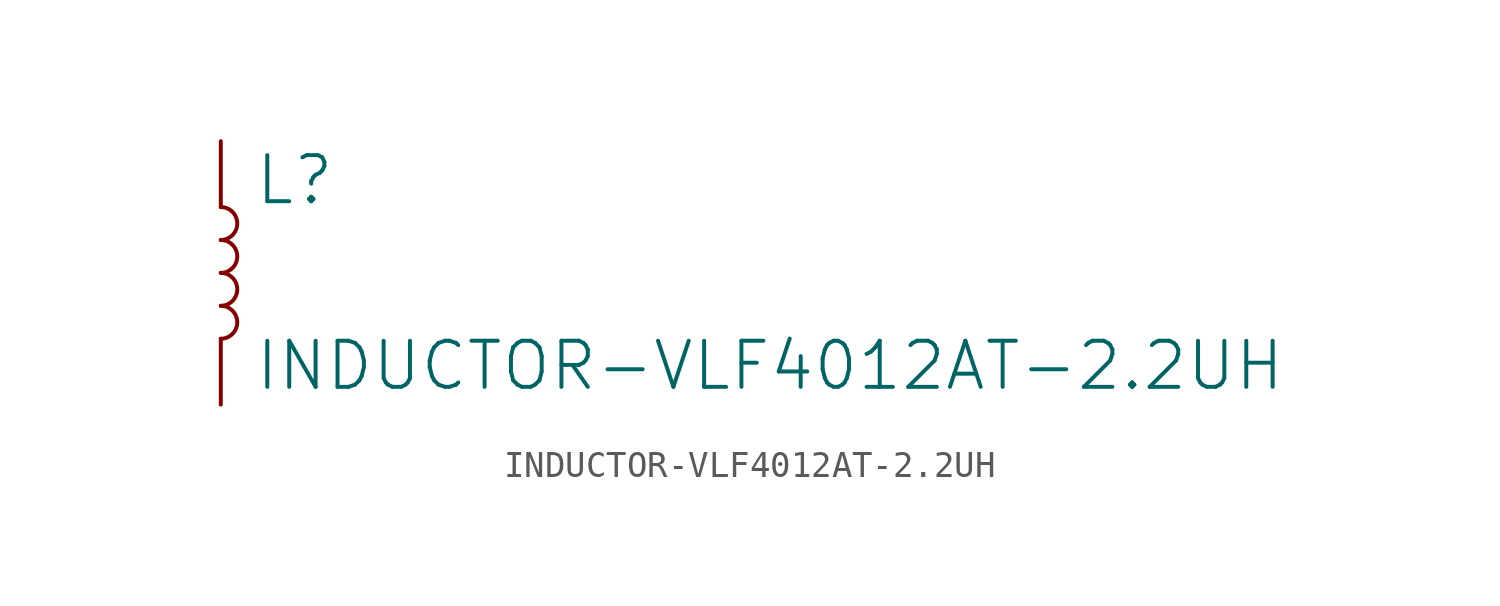
<source format=kicad_sym>
(kicad_symbol_lib
  (version 20210619)
  (generator kicad_symbol_editor)
  (symbol "INDUCTOR-VLF4012AT-2.2UH"
    (property "Reference" "L"
      (at 1.27 2.54 0)
      (effects (font (size 1.778 1.778)) (justify left bottom)))
    (property "Value" "INDUCTOR-VLF4012AT-2.2UH"
      (at 1.27 -2.54 0)
      (effects (font (size 1.778 1.778)) (justify left top)))
    (property "ki_locked" ""
      (at 0 0 0)
      (effects (font (size 1.27 1.27))))
    (symbol "INDUCTOR-VLF4012AT-2.2UH_1_0"
      (arc (start 0 -2.54) (end 0 -1.27) (radius (at 0 -1.905) (length 0.635) (angles -89.9 89.9)) (stroke (width 0.1524)) (fill (type none)))
      (arc (start 0 -1.27) (end 0 0) (radius (at 0 -0.635) (length 0.635) (angles -89.9 89.9)) (stroke (width 0.1524)) (fill (type none)))
      (arc (start 0 0) (end 0 1.27) (radius (at 0 0.635) (length 0.635) (angles -89.9 89.9)) (stroke (width 0.1524)) (fill (type none)))
      (arc (start 0 1.27) (end 0 2.54) (radius (at 0 1.905) (length 0.635) (angles -89.9 89.9)) (stroke (width 0.1524)) (fill (type none)))
      (pin passive line (at 0 5.08 270) (length 2.54) (name "1" (effects (font (size 0 0)))) (number "P$1" (effects (font (size 0 0)))))
      (pin passive line (at 0 -5.08 90) (length 2.54) (name "2" (effects (font (size 0 0)))) (number "P$2" (effects (font (size 0 0))))))))
</source>
